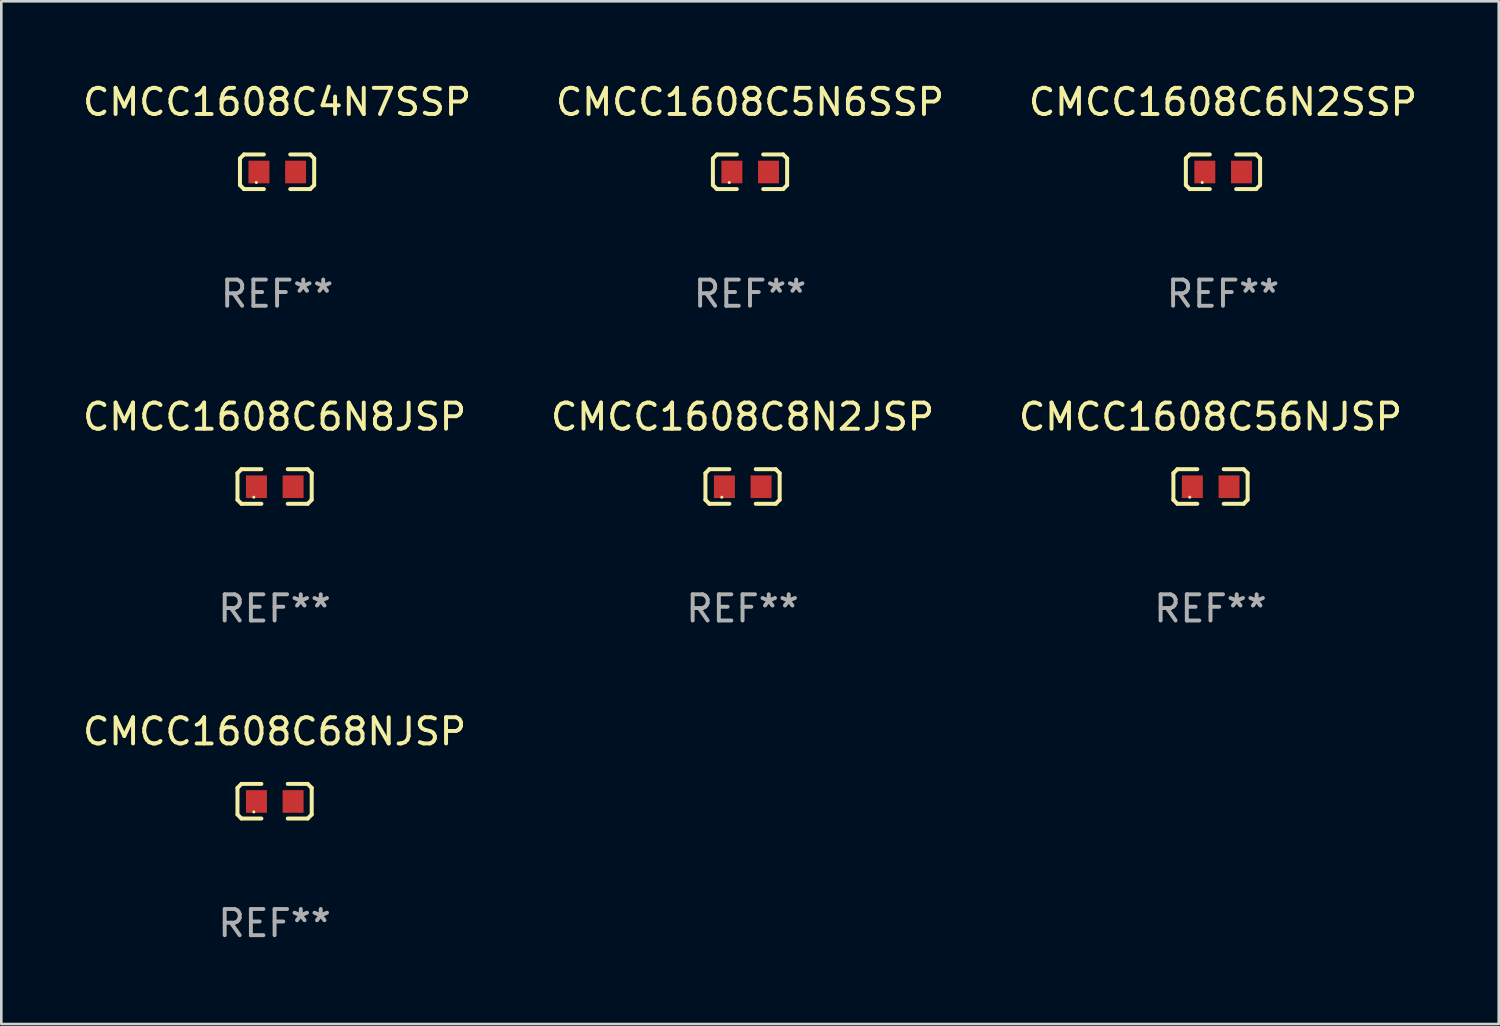
<source format=kicad_pcb>
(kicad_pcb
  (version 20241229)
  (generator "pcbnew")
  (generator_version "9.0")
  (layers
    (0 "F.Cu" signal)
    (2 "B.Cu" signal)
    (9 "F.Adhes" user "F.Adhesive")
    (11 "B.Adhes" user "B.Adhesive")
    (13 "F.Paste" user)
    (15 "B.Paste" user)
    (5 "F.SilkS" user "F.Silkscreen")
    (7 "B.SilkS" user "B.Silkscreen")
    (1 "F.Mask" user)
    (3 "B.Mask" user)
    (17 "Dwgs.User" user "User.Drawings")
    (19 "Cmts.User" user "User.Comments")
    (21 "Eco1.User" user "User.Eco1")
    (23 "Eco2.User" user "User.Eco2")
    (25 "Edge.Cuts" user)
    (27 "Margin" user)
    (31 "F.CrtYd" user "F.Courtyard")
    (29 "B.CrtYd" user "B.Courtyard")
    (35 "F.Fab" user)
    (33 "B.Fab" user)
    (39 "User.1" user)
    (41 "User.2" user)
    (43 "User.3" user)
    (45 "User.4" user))
  (footprint "CMCC1608C5N6SSP"
    (layer "F.Cu")
    (at 25.589 3.509)
    (property "Reference" "CMCC1608C5N6SSP" (at 0 -2.661 0) (layer "F.SilkS") (effects (font (size 1 1) (thickness 0.15))))
    (attr through_hole)
    (fp_line (start -1.417 -0.508) (end -1.265 -0.661) (stroke (width 0.152) (type solid)) (layer "F.SilkS"))
    (fp_line (start -1.417 0.508) (end -1.417 -0.508) (stroke (width 0.152) (type solid)) (layer "F.SilkS"))
    (fp_line (start -1.265 -0.661) (end -0.503 -0.661) (stroke (width 0.152) (type solid)) (layer "F.SilkS"))
    (fp_line (start -1.265 0.661) (end -1.417 0.508) (stroke (width 0.152) (type solid)) (layer "F.SilkS"))
    (fp_line (start -1.265 0.661) (end -0.503 0.661) (stroke (width 0.152) (type solid)) (layer "F.SilkS"))
    (fp_line (start 1.265 -0.661) (end 0.503 -0.661) (stroke (width 0.152) (type solid)) (layer "F.SilkS"))
    (fp_line (start 1.265 -0.661) (end 1.417 -0.508) (stroke (width 0.152) (type solid)) (layer "F.SilkS"))
    (fp_line (start 1.265 0.661) (end 0.503 0.661) (stroke (width 0.152) (type solid)) (layer "F.SilkS"))
    (fp_line (start 1.417 -0.508) (end 1.417 0.508) (stroke (width 0.152) (type solid)) (layer "F.SilkS"))
    (fp_line (start 1.417 0.508) (end 1.265 0.661) (stroke (width 0.152) (type solid)) (layer "F.SilkS"))
    (fp_circle (center -0.793 0.409) (end -0.763 0.409) (stroke (width 0.06) (type solid)) (fill no) (layer "F.SilkS"))
    (fp_text user "REF**" (at 0 4.661 0) (layer "F.Fab") (effects (font (size 1 1) (thickness 0.15))))
    (pad "1" smd rect (at -0.693 0.009 180) (size 0.8 0.864) (layers "F.Cu" "F.Mask" "F.Paste"))
    (pad "2" smd rect (at 0.707 0.009 180) (size 0.8 0.864) (layers "F.Cu" "F.Mask" "F.Paste")))
  (footprint "CMCC1608C6N2SSP"
    (layer "F.Cu")
    (at 43.649 3.509)
    (property "Reference" "CMCC1608C6N2SSP" (at 0 -2.661 0) (layer "F.SilkS") (effects (font (size 1 1) (thickness 0.15))))
    (attr through_hole)
    (fp_line (start -1.417 -0.508) (end -1.265 -0.661) (stroke (width 0.152) (type solid)) (layer "F.SilkS"))
    (fp_line (start -1.417 0.508) (end -1.417 -0.508) (stroke (width 0.152) (type solid)) (layer "F.SilkS"))
    (fp_line (start -1.265 -0.661) (end -0.503 -0.661) (stroke (width 0.152) (type solid)) (layer "F.SilkS"))
    (fp_line (start -1.265 0.661) (end -1.417 0.508) (stroke (width 0.152) (type solid)) (layer "F.SilkS"))
    (fp_line (start -1.265 0.661) (end -0.503 0.661) (stroke (width 0.152) (type solid)) (layer "F.SilkS"))
    (fp_line (start 1.265 -0.661) (end 0.503 -0.661) (stroke (width 0.152) (type solid)) (layer "F.SilkS"))
    (fp_line (start 1.265 -0.661) (end 1.417 -0.508) (stroke (width 0.152) (type solid)) (layer "F.SilkS"))
    (fp_line (start 1.265 0.661) (end 0.503 0.661) (stroke (width 0.152) (type solid)) (layer "F.SilkS"))
    (fp_line (start 1.417 -0.508) (end 1.417 0.508) (stroke (width 0.152) (type solid)) (layer "F.SilkS"))
    (fp_line (start 1.417 0.508) (end 1.265 0.661) (stroke (width 0.152) (type solid)) (layer "F.SilkS"))
    (fp_circle (center -0.793 0.409) (end -0.763 0.409) (stroke (width 0.06) (type solid)) (fill no) (layer "F.SilkS"))
    (fp_text user "REF**" (at 0 4.661 0) (layer "F.Fab") (effects (font (size 1 1) (thickness 0.15))))
    (pad "1" smd rect (at -0.693 0.009 180) (size 0.8 0.864) (layers "F.Cu" "F.Mask" "F.Paste"))
    (pad "2" smd rect (at 0.707 0.009 180) (size 0.8 0.864) (layers "F.Cu" "F.Mask" "F.Paste")))
  (footprint "CMCC1608C4N7SSP"
    (layer "F.Cu")
    (at 7.53 3.509)
    (property "Reference" "CMCC1608C4N7SSP" (at 0 -2.661 0) (layer "F.SilkS") (effects (font (size 1 1) (thickness 0.15))))
    (attr through_hole)
    (fp_line (start -1.417 -0.508) (end -1.265 -0.661) (stroke (width 0.152) (type solid)) (layer "F.SilkS"))
    (fp_line (start -1.417 0.508) (end -1.417 -0.508) (stroke (width 0.152) (type solid)) (layer "F.SilkS"))
    (fp_line (start -1.265 -0.661) (end -0.503 -0.661) (stroke (width 0.152) (type solid)) (layer "F.SilkS"))
    (fp_line (start -1.265 0.661) (end -1.417 0.508) (stroke (width 0.152) (type solid)) (layer "F.SilkS"))
    (fp_line (start -1.265 0.661) (end -0.503 0.661) (stroke (width 0.152) (type solid)) (layer "F.SilkS"))
    (fp_line (start 1.265 -0.661) (end 0.503 -0.661) (stroke (width 0.152) (type solid)) (layer "F.SilkS"))
    (fp_line (start 1.265 -0.661) (end 1.417 -0.508) (stroke (width 0.152) (type solid)) (layer "F.SilkS"))
    (fp_line (start 1.265 0.661) (end 0.503 0.661) (stroke (width 0.152) (type solid)) (layer "F.SilkS"))
    (fp_line (start 1.417 -0.508) (end 1.417 0.508) (stroke (width 0.152) (type solid)) (layer "F.SilkS"))
    (fp_line (start 1.417 0.508) (end 1.265 0.661) (stroke (width 0.152) (type solid)) (layer "F.SilkS"))
    (fp_circle (center -0.793 0.409) (end -0.763 0.409) (stroke (width 0.06) (type solid)) (fill no) (layer "F.SilkS"))
    (fp_text user "REF**" (at 0 4.661 0) (layer "F.Fab") (effects (font (size 1 1) (thickness 0.15))))
    (pad "1" smd rect (at -0.693 0.009 180) (size 0.8 0.864) (layers "F.Cu" "F.Mask" "F.Paste"))
    (pad "2" smd rect (at 0.707 0.009 180) (size 0.8 0.864) (layers "F.Cu" "F.Mask" "F.Paste")))
  (footprint "CMCC1608C56NJSP"
    (layer "F.Cu")
    (at 43.173 15.527)
    (property "Reference" "CMCC1608C56NJSP" (at 0 -2.661 0) (layer "F.SilkS") (effects (font (size 1 1) (thickness 0.15))))
    (attr through_hole)
    (fp_line (start -1.417 -0.508) (end -1.265 -0.661) (stroke (width 0.152) (type solid)) (layer "F.SilkS"))
    (fp_line (start -1.417 0.508) (end -1.417 -0.508) (stroke (width 0.152) (type solid)) (layer "F.SilkS"))
    (fp_line (start -1.265 -0.661) (end -0.503 -0.661) (stroke (width 0.152) (type solid)) (layer "F.SilkS"))
    (fp_line (start -1.265 0.661) (end -1.417 0.508) (stroke (width 0.152) (type solid)) (layer "F.SilkS"))
    (fp_line (start -1.265 0.661) (end -0.503 0.661) (stroke (width 0.152) (type solid)) (layer "F.SilkS"))
    (fp_line (start 1.265 -0.661) (end 0.503 -0.661) (stroke (width 0.152) (type solid)) (layer "F.SilkS"))
    (fp_line (start 1.265 -0.661) (end 1.417 -0.508) (stroke (width 0.152) (type solid)) (layer "F.SilkS"))
    (fp_line (start 1.265 0.661) (end 0.503 0.661) (stroke (width 0.152) (type solid)) (layer "F.SilkS"))
    (fp_line (start 1.417 -0.508) (end 1.417 0.508) (stroke (width 0.152) (type solid)) (layer "F.SilkS"))
    (fp_line (start 1.417 0.508) (end 1.265 0.661) (stroke (width 0.152) (type solid)) (layer "F.SilkS"))
    (fp_circle (center -0.793 0.409) (end -0.763 0.409) (stroke (width 0.06) (type solid)) (fill no) (layer "F.SilkS"))
    (fp_text user "REF**" (at 0 4.661 0) (layer "F.Fab") (effects (font (size 1 1) (thickness 0.15))))
    (pad "1" smd rect (at -0.693 0.009 180) (size 0.8 0.864) (layers "F.Cu" "F.Mask" "F.Paste"))
    (pad "2" smd rect (at 0.707 0.009 180) (size 0.8 0.864) (layers "F.Cu" "F.Mask" "F.Paste")))
  (footprint "CMCC1608C6N8JSP"
    (layer "F.Cu")
    (at 7.435 15.527)
    (property "Reference" "CMCC1608C6N8JSP" (at 0 -2.661 0) (layer "F.SilkS") (effects (font (size 1 1) (thickness 0.15))))
    (attr through_hole)
    (fp_line (start -1.417 -0.508) (end -1.265 -0.661) (stroke (width 0.152) (type solid)) (layer "F.SilkS"))
    (fp_line (start -1.417 0.508) (end -1.417 -0.508) (stroke (width 0.152) (type solid)) (layer "F.SilkS"))
    (fp_line (start -1.265 -0.661) (end -0.503 -0.661) (stroke (width 0.152) (type solid)) (layer "F.SilkS"))
    (fp_line (start -1.265 0.661) (end -1.417 0.508) (stroke (width 0.152) (type solid)) (layer "F.SilkS"))
    (fp_line (start -1.265 0.661) (end -0.503 0.661) (stroke (width 0.152) (type solid)) (layer "F.SilkS"))
    (fp_line (start 1.265 -0.661) (end 0.503 -0.661) (stroke (width 0.152) (type solid)) (layer "F.SilkS"))
    (fp_line (start 1.265 -0.661) (end 1.417 -0.508) (stroke (width 0.152) (type solid)) (layer "F.SilkS"))
    (fp_line (start 1.265 0.661) (end 0.503 0.661) (stroke (width 0.152) (type solid)) (layer "F.SilkS"))
    (fp_line (start 1.417 -0.508) (end 1.417 0.508) (stroke (width 0.152) (type solid)) (layer "F.SilkS"))
    (fp_line (start 1.417 0.508) (end 1.265 0.661) (stroke (width 0.152) (type solid)) (layer "F.SilkS"))
    (fp_circle (center -0.793 0.409) (end -0.763 0.409) (stroke (width 0.06) (type solid)) (fill no) (layer "F.SilkS"))
    (fp_text user "REF**" (at 0 4.661 0) (layer "F.Fab") (effects (font (size 1 1) (thickness 0.15))))
    (pad "1" smd rect (at -0.693 0.009 180) (size 0.8 0.864) (layers "F.Cu" "F.Mask" "F.Paste"))
    (pad "2" smd rect (at 0.707 0.009 180) (size 0.8 0.864) (layers "F.Cu" "F.Mask" "F.Paste")))
  (footprint "CMCC1608C68NJSP"
    (layer "F.Cu")
    (at 7.435 27.544)
    (property "Reference" "CMCC1608C68NJSP" (at 0 -2.661 0) (layer "F.SilkS") (effects (font (size 1 1) (thickness 0.15))))
    (attr through_hole)
    (fp_line (start -1.417 -0.508) (end -1.265 -0.661) (stroke (width 0.152) (type solid)) (layer "F.SilkS"))
    (fp_line (start -1.417 0.508) (end -1.417 -0.508) (stroke (width 0.152) (type solid)) (layer "F.SilkS"))
    (fp_line (start -1.265 -0.661) (end -0.503 -0.661) (stroke (width 0.152) (type solid)) (layer "F.SilkS"))
    (fp_line (start -1.265 0.661) (end -1.417 0.508) (stroke (width 0.152) (type solid)) (layer "F.SilkS"))
    (fp_line (start -1.265 0.661) (end -0.503 0.661) (stroke (width 0.152) (type solid)) (layer "F.SilkS"))
    (fp_line (start 1.265 -0.661) (end 0.503 -0.661) (stroke (width 0.152) (type solid)) (layer "F.SilkS"))
    (fp_line (start 1.265 -0.661) (end 1.417 -0.508) (stroke (width 0.152) (type solid)) (layer "F.SilkS"))
    (fp_line (start 1.265 0.661) (end 0.503 0.661) (stroke (width 0.152) (type solid)) (layer "F.SilkS"))
    (fp_line (start 1.417 -0.508) (end 1.417 0.508) (stroke (width 0.152) (type solid)) (layer "F.SilkS"))
    (fp_line (start 1.417 0.508) (end 1.265 0.661) (stroke (width 0.152) (type solid)) (layer "F.SilkS"))
    (fp_circle (center -0.793 0.409) (end -0.763 0.409) (stroke (width 0.06) (type solid)) (fill no) (layer "F.SilkS"))
    (fp_text user "REF**" (at 0 4.661 0) (layer "F.Fab") (effects (font (size 1 1) (thickness 0.15))))
    (pad "1" smd rect (at -0.693 0.009 180) (size 0.8 0.864) (layers "F.Cu" "F.Mask" "F.Paste"))
    (pad "2" smd rect (at 0.707 0.009 180) (size 0.8 0.864) (layers "F.Cu" "F.Mask" "F.Paste")))
  (footprint "CMCC1608C8N2JSP"
    (layer "F.Cu")
    (at 25.304 15.527)
    (property "Reference" "CMCC1608C8N2JSP" (at 0 -2.661 0) (layer "F.SilkS") (effects (font (size 1 1) (thickness 0.15))))
    (attr through_hole)
    (fp_line (start -1.417 -0.508) (end -1.265 -0.661) (stroke (width 0.152) (type solid)) (layer "F.SilkS"))
    (fp_line (start -1.417 0.508) (end -1.417 -0.508) (stroke (width 0.152) (type solid)) (layer "F.SilkS"))
    (fp_line (start -1.265 -0.661) (end -0.503 -0.661) (stroke (width 0.152) (type solid)) (layer "F.SilkS"))
    (fp_line (start -1.265 0.661) (end -1.417 0.508) (stroke (width 0.152) (type solid)) (layer "F.SilkS"))
    (fp_line (start -1.265 0.661) (end -0.503 0.661) (stroke (width 0.152) (type solid)) (layer "F.SilkS"))
    (fp_line (start 1.265 -0.661) (end 0.503 -0.661) (stroke (width 0.152) (type solid)) (layer "F.SilkS"))
    (fp_line (start 1.265 -0.661) (end 1.417 -0.508) (stroke (width 0.152) (type solid)) (layer "F.SilkS"))
    (fp_line (start 1.265 0.661) (end 0.503 0.661) (stroke (width 0.152) (type solid)) (layer "F.SilkS"))
    (fp_line (start 1.417 -0.508) (end 1.417 0.508) (stroke (width 0.152) (type solid)) (layer "F.SilkS"))
    (fp_line (start 1.417 0.508) (end 1.265 0.661) (stroke (width 0.152) (type solid)) (layer "F.SilkS"))
    (fp_circle (center -0.793 0.409) (end -0.763 0.409) (stroke (width 0.06) (type solid)) (fill no) (layer "F.SilkS"))
    (fp_text user "REF**" (at 0 4.661 0) (layer "F.Fab") (effects (font (size 1 1) (thickness 0.15))))
    (pad "1" smd rect (at -0.693 0.009 180) (size 0.8 0.864) (layers "F.Cu" "F.Mask" "F.Paste"))
    (pad "2" smd rect (at 0.707 0.009 180) (size 0.8 0.864) (layers "F.Cu" "F.Mask" "F.Paste")))
  (gr_rect
    (start -3 -3)
    (end 54.179 36.053)
    (stroke (width 0.1) (type default))
    (fill no)
    (layer "Edge.Cuts")))
</source>
